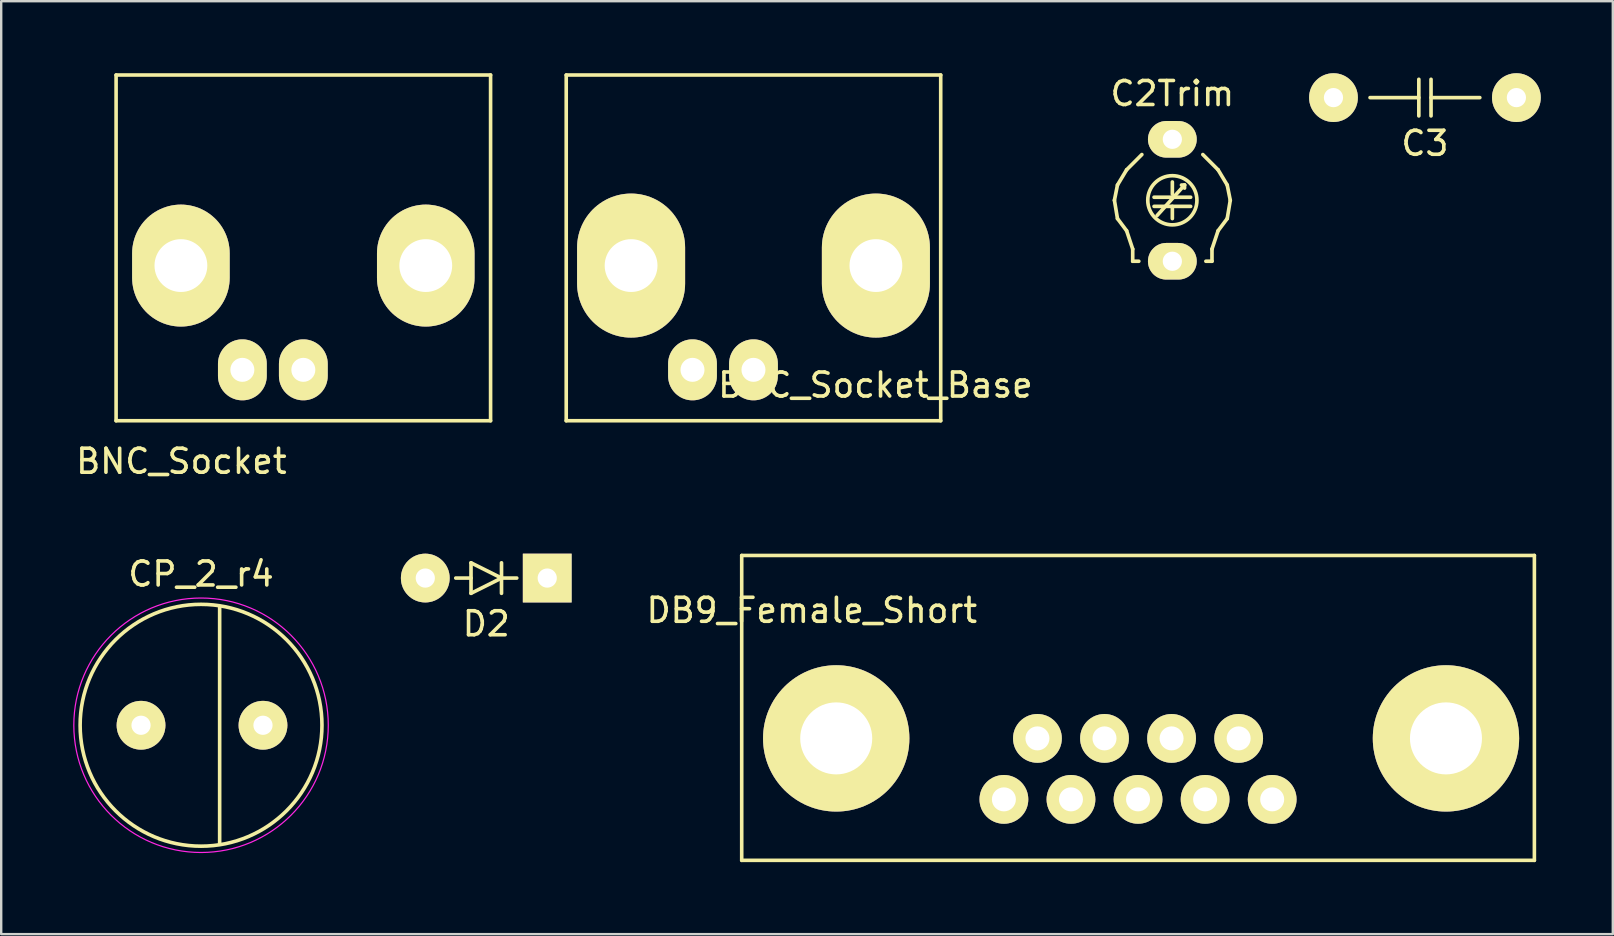
<source format=kicad_pcb>
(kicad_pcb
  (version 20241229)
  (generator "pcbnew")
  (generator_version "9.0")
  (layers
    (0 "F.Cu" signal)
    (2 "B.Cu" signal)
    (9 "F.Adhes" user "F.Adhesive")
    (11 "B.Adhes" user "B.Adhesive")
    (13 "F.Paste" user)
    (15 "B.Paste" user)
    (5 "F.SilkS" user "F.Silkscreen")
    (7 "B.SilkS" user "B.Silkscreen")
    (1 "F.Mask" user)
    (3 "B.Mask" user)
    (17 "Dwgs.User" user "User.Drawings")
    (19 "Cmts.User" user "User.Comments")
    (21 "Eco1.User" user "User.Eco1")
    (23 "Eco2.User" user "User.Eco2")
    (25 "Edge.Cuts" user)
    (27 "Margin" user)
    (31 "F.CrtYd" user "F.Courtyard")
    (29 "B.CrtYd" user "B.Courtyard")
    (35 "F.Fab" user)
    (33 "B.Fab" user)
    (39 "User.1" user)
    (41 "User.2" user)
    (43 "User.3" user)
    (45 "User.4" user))
  (footprint "C3"
    (layer "F.Cu")
    (at 56.308 1.016)
    (property "Reference" "C3" (at 0 1.905 0) (layer "F.SilkS") (effects (font (size 1 1) (thickness 0.15))))
    (attr through_hole)
    (fp_line (start -2.286 0) (end -0.254 0) (stroke (width 0.152) (type solid)) (layer "F.SilkS"))
    (fp_line (start -0.254 -0.762) (end -0.254 0.762) (stroke (width 0.152) (type solid)) (layer "F.SilkS"))
    (fp_line (start 0.254 0.762) (end 0.254 -0.762) (stroke (width 0.152) (type solid)) (layer "F.SilkS"))
    (fp_line (start 2.286 0) (end 0.254 0) (stroke (width 0.152) (type solid)) (layer "F.SilkS"))
    (pad "1" thru_hole circle (at 3.81 0) (size 2.032 2.032) (drill 0.8) (layers "*.Cu" "*.Mask" "F.SilkS"))
    (pad "2" thru_hole circle (at -3.81 0) (size 2.032 2.032) (drill 0.8) (layers "*.Cu" "*.Mask" "F.SilkS")))
  (footprint "D2"
    (layer "F.Cu")
    (at 17.206 21.03)
    (property "Reference" "D2" (at 0 1.905 0) (layer "F.SilkS") (effects (font (size 1 1) (thickness 0.15))))
    (attr through_hole)
    (fp_line (start -0.635 -0.635) (end -0.635 0.635) (stroke (width 0.152) (type solid)) (layer "F.SilkS"))
    (fp_line (start -0.635 0) (end -1.27 0) (stroke (width 0.152) (type solid)) (layer "F.SilkS"))
    (fp_line (start -0.635 0.635) (end 0.635 0) (stroke (width 0.152) (type solid)) (layer "F.SilkS"))
    (fp_line (start 0.635 -0.635) (end 0.635 0.635) (stroke (width 0.152) (type solid)) (layer "F.SilkS"))
    (fp_line (start 0.635 0) (end -0.635 -0.635) (stroke (width 0.152) (type solid)) (layer "F.SilkS"))
    (fp_line (start 0.635 0) (end 1.27 0) (stroke (width 0.152) (type solid)) (layer "F.SilkS"))
    (pad "1" thru_hole rect (at 2.54 0) (size 2.032 2.032) (drill 0.8) (layers "*.Cu" "*.Mask" "F.SilkS"))
    (pad "2" thru_hole circle (at -2.54 0) (size 2.032 2.032) (drill 0.8) (layers "*.Cu" "*.Mask" "F.SilkS")))
  (footprint "CP_2_r4"
    (layer "F.Cu")
    (at 2.825 27.162)
    (property "Reference" "CP_2_r4" (at 2.5 -6.3 0) (layer "F.SilkS") (effects (font (size 1 1) (thickness 0.15))))
    (attr through_hole)
    (fp_line (start 3.275 -4.94) (end 3.275 4.94) (stroke (width 0.15) (type solid)) (layer "F.SilkS"))
    (fp_circle (center 2.5 0) (end 2.5 -5.037) (stroke (width 0.15) (type solid)) (fill no) (layer "F.SilkS"))
    (fp_circle (center 2.5 0) (end 2.5 -5.3) (stroke (width 0.05) (type solid)) (fill no) (layer "F.CrtYd"))
    (pad "1" thru_hole circle (at 0 0) (size 2.032 2.032) (drill 0.8) (layers "*.Cu" "*.Mask" "F.SilkS"))
    (pad "2" thru_hole circle (at 5.08 0) (size 2.032 2.032) (drill 0.8) (layers "*.Cu" "*.Mask" "F.SilkS")))
  (footprint "C2Trim"
    (layer "F.Cu")
    (at 45.786 2.753)
    (property "Reference" "C2Trim" (at 0 -1.905 0) (layer "F.SilkS") (effects (font (size 1 1) (thickness 0.15))))
    (attr through_hole)
    (fp_line (start -2.413 2.54) (end -2.286 1.905) (stroke (width 0.152) (type solid)) (layer "F.SilkS"))
    (fp_line (start -2.413 2.54) (end -2.286 3.302) (stroke (width 0.152) (type solid)) (layer "F.SilkS"))
    (fp_line (start -2.286 3.302) (end -1.905 3.81) (stroke (width 0.152) (type solid)) (layer "F.SilkS"))
    (fp_line (start -1.905 1.27) (end -2.286 1.905) (stroke (width 0.152) (type solid)) (layer "F.SilkS"))
    (fp_line (start -1.905 3.81) (end -1.651 4.572) (stroke (width 0.152) (type solid)) (layer "F.SilkS"))
    (fp_line (start -1.651 4.572) (end -1.651 5.08) (stroke (width 0.152) (type solid)) (layer "F.SilkS"))
    (fp_line (start -1.651 5.08) (end -1.397 5.08) (stroke (width 0.152) (type solid)) (layer "F.SilkS"))
    (fp_line (start -1.27 0.635) (end -1.905 1.27) (stroke (width 0.152) (type solid)) (layer "F.SilkS"))
    (fp_line (start -0.635 3.175) (end 0.508 1.905) (stroke (width 0.152) (type solid)) (layer "F.SilkS"))
    (fp_line (start 0 2.286) (end 0 1.778) (stroke (width 0.152) (type solid)) (layer "F.SilkS"))
    (fp_line (start 0 2.794) (end 0 3.302) (stroke (width 0.152) (type solid)) (layer "F.SilkS"))
    (fp_line (start 0.381 1.905) (end 0.508 1.905) (stroke (width 0.152) (type solid)) (layer "F.SilkS"))
    (fp_line (start 0.508 2.032) (end 0.508 1.905) (stroke (width 0.152) (type solid)) (layer "F.SilkS"))
    (fp_line (start 0.762 2.413) (end -0.762 2.413) (stroke (width 0.152) (type solid)) (layer "F.SilkS"))
    (fp_line (start 0.762 2.794) (end -0.762 2.794) (stroke (width 0.152) (type solid)) (layer "F.SilkS"))
    (fp_line (start 1.651 4.572) (end 1.651 5.08) (stroke (width 0.152) (type solid)) (layer "F.SilkS"))
    (fp_line (start 1.651 5.08) (end 1.397 5.08) (stroke (width 0.152) (type solid)) (layer "F.SilkS"))
    (fp_line (start 1.905 1.27) (end 1.27 0.635) (stroke (width 0.152) (type solid)) (layer "F.SilkS"))
    (fp_line (start 1.905 1.27) (end 2.286 1.905) (stroke (width 0.152) (type solid)) (layer "F.SilkS"))
    (fp_line (start 1.905 3.81) (end 1.651 4.572) (stroke (width 0.152) (type solid)) (layer "F.SilkS"))
    (fp_line (start 2.286 3.302) (end 1.905 3.81) (stroke (width 0.152) (type solid)) (layer "F.SilkS"))
    (fp_line (start 2.413 2.54) (end 2.286 1.905) (stroke (width 0.152) (type solid)) (layer "F.SilkS"))
    (fp_line (start 2.413 2.54) (end 2.286 3.302) (stroke (width 0.152) (type solid)) (layer "F.SilkS"))
    (fp_circle (center 0 2.54) (end 0.889 2.032) (stroke (width 0.152) (type solid)) (fill no) (layer "F.SilkS"))
    (pad "1" thru_hole oval (at 0 0) (size 2.032 1.524) (drill 0.8) (layers "*.Cu" "*.Mask" "F.SilkS"))
    (pad "2" thru_hole oval (at 0 5.08) (size 2.032 1.524) (drill 0.8) (layers "*.Cu" "*.Mask" "F.SilkS")))
  (footprint "DB9_Female_Short"
    (layer "F.Cu")
    (at 44.357 28.979)
    (property "Reference" "DB9_Female_Short" (at -13.589 -6.604 0) (layer "F.SilkS") (effects (font (size 1 1) (thickness 0.15))))
    (attr through_hole)
    (fp_line (start -16.51 -8.89) (end -16.51 3.81) (stroke (width 0.15) (type solid)) (layer "F.SilkS"))
    (fp_line (start -16.51 -8.89) (end 16.51 -8.89) (stroke (width 0.15) (type solid)) (layer "F.SilkS"))
    (fp_line (start -16.51 3.81) (end 16.51 3.81) (stroke (width 0.15) (type solid)) (layer "F.SilkS"))
    (fp_line (start 16.51 3.81) (end 16.51 -8.89) (stroke (width 0.15) (type solid)) (layer "F.SilkS"))
    (pad "" thru_hole circle (at -12.573 -1.27) (size 6.096 6.096) (drill 3) (layers "*.Cu" "*.Mask" "F.SilkS"))
    (pad "" thru_hole circle (at 12.827 -1.27) (size 6.096 6.096) (drill 3) (layers "*.Cu" "*.Mask" "F.SilkS"))
    (pad "1" thru_hole circle (at -5.588 1.27) (size 2.032 2.032) (drill 1) (layers "*.Cu" "*.Mask" "F.SilkS"))
    (pad "2" thru_hole circle (at -2.794 1.27) (size 2.032 2.032) (drill 1) (layers "*.Cu" "*.Mask" "F.SilkS"))
    (pad "3" thru_hole circle (at 0 1.27) (size 2.032 2.032) (drill 1) (layers "*.Cu" "*.Mask" "F.SilkS"))
    (pad "4" thru_hole circle (at 2.794 1.27) (size 2.032 2.032) (drill 1) (layers "*.Cu" "*.Mask" "F.SilkS"))
    (pad "5" thru_hole circle (at 5.588 1.27) (size 2.032 2.032) (drill 1) (layers "*.Cu" "*.Mask" "F.SilkS"))
    (pad "6" thru_hole circle (at -4.191 -1.27) (size 2.032 2.032) (drill 1) (layers "*.Cu" "*.Mask" "F.SilkS"))
    (pad "7" thru_hole circle (at -1.397 -1.27) (size 2.032 2.032) (drill 1) (layers "*.Cu" "*.Mask" "F.SilkS"))
    (pad "8" thru_hole circle (at 1.397 -1.27) (size 2.032 2.032) (drill 1) (layers "*.Cu" "*.Mask" "F.SilkS"))
    (pad "9" thru_hole circle (at 4.191 -1.27) (size 2.032 2.032) (drill 1) (layers "*.Cu" "*.Mask" "F.SilkS")))
  (footprint "BNC_Socket_Base"
    (layer "F.Cu")
    (at 28.337 7.276)
    (property "Reference" "BNC_Socket_Base" (at 5.08 5.715 0) (layer "F.SilkS") (effects (font (size 1 1) (thickness 0.15))))
    (attr through_hole)
    (fp_line (start -7.8 -7.201) (end -7.8 7.201) (stroke (width 0.15) (type solid)) (layer "F.SilkS"))
    (fp_line (start -7.8 7.201) (end 7.8 7.201) (stroke (width 0.15) (type solid)) (layer "F.SilkS"))
    (fp_line (start 7.8 -7.201) (end -7.8 -7.201) (stroke (width 0.15) (type solid)) (layer "F.SilkS"))
    (fp_line (start 7.8 7.201) (end 7.8 -7.201) (stroke (width 0.15) (type solid)) (layer "F.SilkS"))
    (pad "1" thru_hole oval (at 0 5.08) (size 2.032 2.54) (drill 1) (layers "*.Cu" "*.Mask" "F.SilkS"))
    (pad "2" thru_hole oval (at -5.098 0.737) (size 4.5 6) (drill 2.2) (layers "*.Cu" "*.Mask" "F.SilkS"))
    (pad "2" thru_hole oval (at -2.54 5.08) (size 2.032 2.54) (drill 1) (layers "*.Cu" "*.Mask" "F.SilkS"))
    (pad "2" thru_hole oval (at 5.1 0.737) (size 4.5 6) (drill 2.2) (layers "*.Cu" "*.Mask" "F.SilkS")))
  (footprint "BNC_Socket"
    (layer "F.Cu")
    (at 9.586 7.276)
    (property "Reference" "BNC_Socket" (at -5.08 8.89 0) (layer "F.SilkS") (effects (font (size 1 1) (thickness 0.15))))
    (attr through_hole)
    (fp_line (start -7.8 -7.201) (end -7.8 7.201) (stroke (width 0.15) (type solid)) (layer "F.SilkS"))
    (fp_line (start -7.8 7.201) (end 7.8 7.201) (stroke (width 0.15) (type solid)) (layer "F.SilkS"))
    (fp_line (start 7.8 -7.201) (end -7.8 -7.201) (stroke (width 0.15) (type solid)) (layer "F.SilkS"))
    (fp_line (start 7.8 7.201) (end 7.8 -7.201) (stroke (width 0.15) (type solid)) (layer "F.SilkS"))
    (pad "1" thru_hole oval (at 0 5.08) (size 2.032 2.54) (drill 1) (layers "*.Cu" "*.Mask" "F.SilkS"))
    (pad "2" thru_hole oval (at -5.1 0.737) (size 4.064 5.08) (drill 2.2) (layers "*.Cu" "*.Mask" "F.SilkS"))
    (pad "2" thru_hole oval (at -2.54 5.08) (size 2.032 2.54) (drill 1) (layers "*.Cu" "*.Mask" "F.SilkS"))
    (pad "2" thru_hole oval (at 5.1 0.737) (size 4.064 5.08) (drill 2.2) (layers "*.Cu" "*.Mask" "F.SilkS")))
  (gr_rect
    (start -3 -3)
    (end 64.134 35.864)
    (stroke (width 0.1) (type default))
    (fill no)
    (layer "Edge.Cuts")))
</source>
